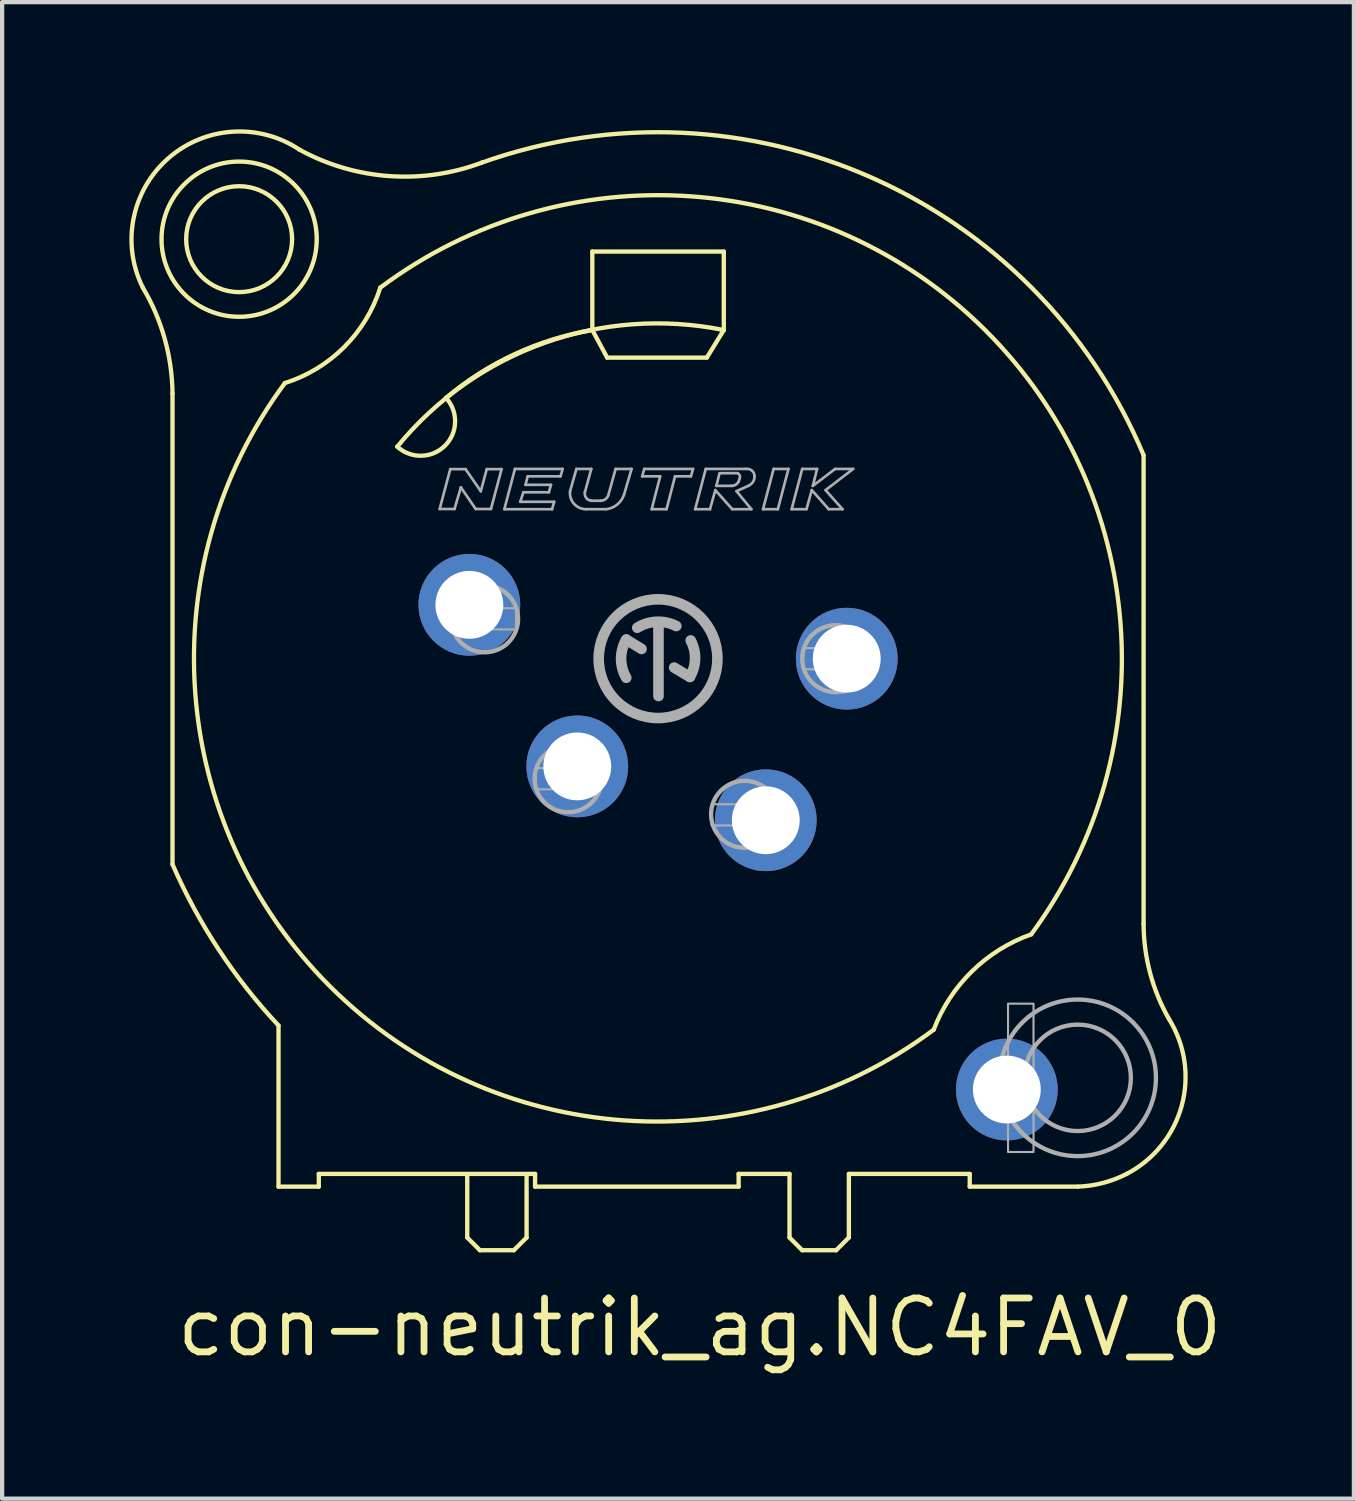
<source format=kicad_pcb>
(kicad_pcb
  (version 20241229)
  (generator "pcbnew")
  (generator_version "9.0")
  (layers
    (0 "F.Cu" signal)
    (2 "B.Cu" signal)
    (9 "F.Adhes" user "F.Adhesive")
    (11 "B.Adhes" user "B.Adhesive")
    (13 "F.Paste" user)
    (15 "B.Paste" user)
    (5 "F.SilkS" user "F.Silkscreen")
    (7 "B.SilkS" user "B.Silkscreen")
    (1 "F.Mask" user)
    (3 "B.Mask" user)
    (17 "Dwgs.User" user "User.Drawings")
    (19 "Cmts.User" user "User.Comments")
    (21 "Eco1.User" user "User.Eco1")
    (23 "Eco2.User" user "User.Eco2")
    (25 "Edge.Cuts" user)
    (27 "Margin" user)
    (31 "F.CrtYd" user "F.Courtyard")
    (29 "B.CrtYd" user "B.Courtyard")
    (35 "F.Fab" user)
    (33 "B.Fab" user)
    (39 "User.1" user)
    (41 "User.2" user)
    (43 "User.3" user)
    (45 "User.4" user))
  (footprint "con-neutrik_ag.NC4FAV_0"
    (layer "F.Cu")
    (at 12.468 12.483)
    (property "Reference" "con-neutrik_ag.NC4FAV_0" (at -11.43 16.51 0) (layer "F.SilkS") (effects (font (size 1.27 1.27) (thickness 0.16)) (justify left bottom)))
    (attr through_hole)
    (fp_line (start -11.45 -6.25) (end -11.45 4.85) (stroke (width 0.102) (type default)) (layer "F.SilkS"))
    (fp_line (start -8.95 8.65) (end -8.95 12.45) (stroke (width 0.102) (type default)) (layer "F.SilkS"))
    (fp_line (start -8.95 12.45) (end -8 12.45) (stroke (width 0.102) (type default)) (layer "F.SilkS"))
    (fp_line (start -8 12.15) (end -2.9 12.15) (stroke (width 0.102) (type default)) (layer "F.SilkS"))
    (fp_line (start -8 12.45) (end -8 12.15) (stroke (width 0.102) (type default)) (layer "F.SilkS"))
    (fp_line (start -4.5 12.2) (end -4.5 13.65) (stroke (width 0.102) (type default)) (layer "F.SilkS"))
    (fp_line (start -4.5 13.65) (end -4.2 13.95) (stroke (width 0.102) (type default)) (layer "F.SilkS"))
    (fp_line (start -4.2 13.95) (end -3.4 13.95) (stroke (width 0.102) (type default)) (layer "F.SilkS"))
    (fp_line (start -3.4 13.95) (end -3.1 13.65) (stroke (width 0.102) (type default)) (layer "F.SilkS"))
    (fp_line (start -3.1 13.65) (end -3.1 12.2) (stroke (width 0.102) (type default)) (layer "F.SilkS"))
    (fp_line (start -2.9 12.15) (end -2.9 12.45) (stroke (width 0.102) (type default)) (layer "F.SilkS"))
    (fp_line (start -2.9 12.45) (end 1.9 12.45) (stroke (width 0.102) (type default)) (layer "F.SilkS"))
    (fp_line (start -1.55 -9.6) (end -1.55 -7.75) (stroke (width 0.102) (type default)) (layer "F.SilkS"))
    (fp_line (start -1.55 -7.75) (end -1.2 -7.1) (stroke (width 0.102) (type default)) (layer "F.SilkS"))
    (fp_line (start -1.2 -7.1) (end 1.15 -7.1) (stroke (width 0.102) (type default)) (layer "F.SilkS"))
    (fp_line (start 1.15 -7.1) (end 1.55 -7.75) (stroke (width 0.102) (type default)) (layer "F.SilkS"))
    (fp_line (start 1.55 -9.6) (end -1.55 -9.6) (stroke (width 0.102) (type default)) (layer "F.SilkS"))
    (fp_line (start 1.55 -7.75) (end 1.55 -9.6) (stroke (width 0.102) (type default)) (layer "F.SilkS"))
    (fp_line (start 1.9 12.15) (end 3.1 12.15) (stroke (width 0.102) (type default)) (layer "F.SilkS"))
    (fp_line (start 1.9 12.45) (end 1.9 12.15) (stroke (width 0.102) (type default)) (layer "F.SilkS"))
    (fp_line (start 3.1 12.15) (end 3.1 13.65) (stroke (width 0.102) (type default)) (layer "F.SilkS"))
    (fp_line (start 3.1 13.65) (end 3.4 13.95) (stroke (width 0.102) (type default)) (layer "F.SilkS"))
    (fp_line (start 3.4 13.95) (end 4.2 13.95) (stroke (width 0.102) (type default)) (layer "F.SilkS"))
    (fp_line (start 4.2 13.95) (end 4.5 13.65) (stroke (width 0.102) (type default)) (layer "F.SilkS"))
    (fp_line (start 4.5 12.15) (end 7.35 12.15) (stroke (width 0.102) (type default)) (layer "F.SilkS"))
    (fp_line (start 4.5 13.65) (end 4.5 12.15) (stroke (width 0.102) (type default)) (layer "F.SilkS"))
    (fp_line (start 7.35 12.15) (end 7.35 12.45) (stroke (width 0.102) (type default)) (layer "F.SilkS"))
    (fp_line (start 7.35 12.45) (end 9.9 12.45) (stroke (width 0.102) (type default)) (layer "F.SilkS"))
    (fp_line (start 11.45 6.25) (end 11.45 -4.8) (stroke (width 0.102) (type default)) (layer "F.SilkS"))
    (fp_arc (start -12.15 -8.75) (mid -11.634641 -7.5463) (end -11.45 -6.25) (stroke (width 0.1016) (type default)) (layer "F.SilkS"))
    (fp_arc (start -12.15 -8.75) (mid -11.550628 -11.798792) (end -8.45 -12) (stroke (width 0.1016) (type default)) (layer "F.SilkS"))
    (fp_arc (start -8.95 8.65) (mid -10.362445 6.856872) (end -11.45 4.85) (stroke (width 0.1016) (type default)) (layer "F.SilkS"))
    (fp_arc (start -6.55 -8.75) (mid -7.399996 -7.349996) (end -8.8 -6.5) (stroke (width 0.1016) (type default)) (layer "F.SilkS"))
    (fp_arc (start -6.55 -8.75) (mid 7.709647 -7.752825) (end 8.8 6.5) (stroke (width 0.1016) (type default)) (layer "F.SilkS"))
    (fp_arc (start -6.15 -5) (mid -2.682292 -7.445416) (end 1.55 -7.75) (stroke (width 0.1016) (type default)) (layer "F.SilkS"))
    (fp_arc (start -5 -6.15) (mid -5.024457 -5.024457) (end -6.15 -5) (stroke (width 0.1016) (type default)) (layer "F.SilkS"))
    (fp_arc (start -5 -6.15) (mid -3.382475 -7.181744) (end -1.55 -7.75) (stroke (width 0.1016) (type default)) (layer "F.SilkS"))
    (fp_arc (start -4.15 -11.7) (mid -6.332776 -11.380205) (end -8.45 -12) (stroke (width 0.1016) (type default)) (layer "F.SilkS"))
    (fp_arc (start -4.15 -11.7) (mid 5.021601 -11.351011) (end 11.45 -4.8) (stroke (width 0.1016) (type default)) (layer "F.SilkS"))
    (fp_arc (start 6.5 8.75) (mid -7.733216 7.729801) (end -8.8 -6.5) (stroke (width 0.1016) (type default)) (layer "F.SilkS"))
    (fp_arc (start 6.5 8.75) (mid 7.402479 7.371978) (end 8.8 6.5) (stroke (width 0.1016) (type default)) (layer "F.SilkS"))
    (fp_arc (start 11.05 12.15) (mid 10.491533 12.363377) (end 9.9 12.45) (stroke (width 0.1016) (type default)) (layer "F.SilkS"))
    (fp_arc (start 12.05 8.5) (mid 12.348211 10.543688) (end 11.05 12.15) (stroke (width 0.1016) (type default)) (layer "F.SilkS"))
    (fp_arc (start 12.05 8.5) (mid 11.603713 7.41401) (end 11.45 6.25) (stroke (width 0.1016) (type default)) (layer "F.SilkS"))
    (fp_circle (center -9.879 -9.893) (end -8.63 -9.893) (stroke (width 0.102) (type default)) (fill no) (layer "F.SilkS"))
    (fp_circle (center -9.879 -9.893) (end -8.049 -9.893) (stroke (width 0.102) (type default)) (fill no) (layer "F.SilkS"))
    (fp_line (start -5.15 -3.53) (end -4.9 -4.47) (stroke (width 0.063) (type default)) (layer "F.Fab"))
    (fp_line (start -4.9 -4.47) (end -4.54 -4.47) (stroke (width 0.063) (type default)) (layer "F.Fab"))
    (fp_line (start -4.8 -3.53) (end -5.15 -3.53) (stroke (width 0.063) (type default)) (layer "F.Fab"))
    (fp_line (start -4.65 -4.04) (end -4.8 -3.53) (stroke (width 0.063) (type default)) (layer "F.Fab"))
    (fp_line (start -4.54 -4.47) (end -4.18 -3.95) (stroke (width 0.063) (type default)) (layer "F.Fab"))
    (fp_line (start -4.3 -3.53) (end -4.65 -4.04) (stroke (width 0.063) (type default)) (layer "F.Fab"))
    (fp_line (start -4.18 -3.95) (end -4.04 -4.47) (stroke (width 0.063) (type default)) (layer "F.Fab"))
    (fp_line (start -4.04 -4.47) (end -3.69 -4.47) (stroke (width 0.063) (type default)) (layer "F.Fab"))
    (fp_line (start -3.94 -3.53) (end -4.3 -3.53) (stroke (width 0.063) (type default)) (layer "F.Fab"))
    (fp_line (start -3.69 -4.47) (end -3.94 -3.53) (stroke (width 0.063) (type default)) (layer "F.Fab"))
    (fp_line (start -3.625 -3.525) (end -3.375 -4.475) (stroke (width 0.063) (type default)) (layer "F.Fab"))
    (fp_line (start -3.375 -4.475) (end -2.25 -4.475) (stroke (width 0.063) (type default)) (layer "F.Fab"))
    (fp_line (start -3.25 -3.7) (end -2.45 -3.7) (stroke (width 0.063) (type default)) (layer "F.Fab"))
    (fp_line (start -3.175 -3.925) (end -3.25 -3.7) (stroke (width 0.063) (type default)) (layer "F.Fab"))
    (fp_line (start -3.125 -4.1) (end -2.525 -4.1) (stroke (width 0.063) (type default)) (layer "F.Fab"))
    (fp_line (start -3.075 -4.3) (end -3.125 -4.1) (stroke (width 0.063) (type default)) (layer "F.Fab"))
    (fp_line (start -2.575 -3.925) (end -3.175 -3.925) (stroke (width 0.063) (type default)) (layer "F.Fab"))
    (fp_line (start -2.525 -4.1) (end -2.575 -3.925) (stroke (width 0.063) (type default)) (layer "F.Fab"))
    (fp_line (start -2.5 -3.525) (end -3.625 -3.525) (stroke (width 0.063) (type default)) (layer "F.Fab"))
    (fp_line (start -2.45 -3.7) (end -2.5 -3.525) (stroke (width 0.063) (type default)) (layer "F.Fab"))
    (fp_line (start -2.3 -4.3) (end -3.075 -4.3) (stroke (width 0.063) (type default)) (layer "F.Fab"))
    (fp_line (start -2.25 -4.475) (end -2.3 -4.3) (stroke (width 0.063) (type default)) (layer "F.Fab"))
    (fp_line (start -2.075 -3.95) (end -1.925 -4.475) (stroke (width 0.063) (type default)) (layer "F.Fab"))
    (fp_line (start -1.925 -4.475) (end -1.575 -4.475) (stroke (width 0.063) (type default)) (layer "F.Fab"))
    (fp_line (start -1.575 -4.475) (end -1.725 -3.925) (stroke (width 0.063) (type default)) (layer "F.Fab"))
    (fp_line (start -1.575 -3.725) (end -1.35 -3.725) (stroke (width 0.063) (type default)) (layer "F.Fab"))
    (fp_line (start -1.225 -3.525) (end -1.7 -3.525) (stroke (width 0.063) (type default)) (layer "F.Fab"))
    (fp_line (start -1.175 -3.85) (end -1 -4.475) (stroke (width 0.063) (type default)) (layer "F.Fab"))
    (fp_line (start -1 -4.475) (end -0.625 -4.475) (stroke (width 0.063) (type default)) (layer "F.Fab"))
    (fp_line (start -0.75 -0.45) (end -0.39 -0.23) (stroke (width 0.25) (type default)) (layer "F.Fab"))
    (fp_line (start -0.625 -4.475) (end -0.8 -3.875) (stroke (width 0.063) (type default)) (layer "F.Fab"))
    (fp_line (start -0.375 -4.3) (end -0.325 -4.475) (stroke (width 0.063) (type default)) (layer "F.Fab"))
    (fp_line (start -0.325 -4.475) (end 0.825 -4.475) (stroke (width 0.063) (type default)) (layer "F.Fab"))
    (fp_line (start -0.15 -3.525) (end 0.05 -4.3) (stroke (width 0.063) (type default)) (layer "F.Fab"))
    (fp_line (start 0.01 0.88) (end 0.01 -0.78) (stroke (width 0.25) (type default)) (layer "F.Fab"))
    (fp_line (start 0.05 -4.3) (end -0.375 -4.3) (stroke (width 0.063) (type default)) (layer "F.Fab"))
    (fp_line (start 0.2 -3.525) (end -0.15 -3.525) (stroke (width 0.063) (type default)) (layer "F.Fab"))
    (fp_line (start 0.38 0.21) (end 0.75 0.43) (stroke (width 0.25) (type default)) (layer "F.Fab"))
    (fp_line (start 0.4 -4.3) (end 0.2 -3.525) (stroke (width 0.063) (type default)) (layer "F.Fab"))
    (fp_line (start 0.775 -4.3) (end 0.4 -4.3) (stroke (width 0.063) (type default)) (layer "F.Fab"))
    (fp_line (start 0.825 -4.475) (end 0.775 -4.3) (stroke (width 0.063) (type default)) (layer "F.Fab"))
    (fp_line (start 0.875 -3.525) (end 1.125 -4.475) (stroke (width 0.063) (type default)) (layer "F.Fab"))
    (fp_line (start 1.125 -4.475) (end 2.075 -4.475) (stroke (width 0.063) (type default)) (layer "F.Fab"))
    (fp_line (start 1.225 -3.525) (end 0.875 -3.525) (stroke (width 0.063) (type default)) (layer "F.Fab"))
    (fp_line (start 1.35 -3.975) (end 1.225 -3.525) (stroke (width 0.063) (type default)) (layer "F.Fab"))
    (fp_line (start 1.375 -4.075) (end 1.725 -4.075) (stroke (width 0.063) (type default)) (layer "F.Fab"))
    (fp_line (start 1.45 -4.375) (end 1.375 -4.075) (stroke (width 0.063) (type default)) (layer "F.Fab"))
    (fp_line (start 1.75 -3.525) (end 1.35 -3.975) (stroke (width 0.063) (type default)) (layer "F.Fab"))
    (fp_line (start 1.85 -3.95) (end 2.2 -3.525) (stroke (width 0.063) (type default)) (layer "F.Fab"))
    (fp_line (start 1.875 -4.375) (end 1.475 -4.375) (stroke (width 0.063) (type default)) (layer "F.Fab"))
    (fp_line (start 1.9 -4.175) (end 1.925 -4.25) (stroke (width 0.063) (type default)) (layer "F.Fab"))
    (fp_line (start 2.125 -4.075) (end 1.85 -3.95) (stroke (width 0.063) (type default)) (layer "F.Fab"))
    (fp_line (start 2.2 -3.525) (end 1.75 -3.525) (stroke (width 0.063) (type default)) (layer "F.Fab"))
    (fp_line (start 2.475 -3.525) (end 2.725 -4.475) (stroke (width 0.063) (type default)) (layer "F.Fab"))
    (fp_line (start 2.725 -4.475) (end 3.075 -4.475) (stroke (width 0.063) (type default)) (layer "F.Fab"))
    (fp_line (start 2.825 -3.525) (end 2.475 -3.525) (stroke (width 0.063) (type default)) (layer "F.Fab"))
    (fp_line (start 3.075 -4.475) (end 2.825 -3.525) (stroke (width 0.063) (type default)) (layer "F.Fab"))
    (fp_line (start 3.15 -3.525) (end 3.5 -3.525) (stroke (width 0.063) (type default)) (layer "F.Fab"))
    (fp_line (start 3.4 -4.475) (end 3.15 -3.525) (stroke (width 0.063) (type default)) (layer "F.Fab"))
    (fp_line (start 3.5 -3.525) (end 3.625 -3.975) (stroke (width 0.063) (type default)) (layer "F.Fab"))
    (fp_line (start 3.625 -3.975) (end 4.025 -3.525) (stroke (width 0.063) (type default)) (layer "F.Fab"))
    (fp_line (start 3.65 -4.075) (end 3.75 -4.475) (stroke (width 0.063) (type default)) (layer "F.Fab"))
    (fp_line (start 3.75 -4.475) (end 3.4 -4.475) (stroke (width 0.063) (type default)) (layer "F.Fab"))
    (fp_line (start 3.95 -3.975) (end 4.6 -4.475) (stroke (width 0.063) (type default)) (layer "F.Fab"))
    (fp_line (start 4.025 -3.525) (end 4.35 -3.525) (stroke (width 0.063) (type default)) (layer "F.Fab"))
    (fp_line (start 4.175 -4.475) (end 3.65 -4.075) (stroke (width 0.063) (type default)) (layer "F.Fab"))
    (fp_line (start 4.35 -3.525) (end 3.95 -3.975) (stroke (width 0.063) (type default)) (layer "F.Fab"))
    (fp_line (start 4.6 -4.475) (end 4.175 -4.475) (stroke (width 0.063) (type default)) (layer "F.Fab"))
    (fp_rect (start -4.85 -0.69) (end -3.35 -1.19) (stroke (width 0.05) (type default)) (fill no) (layer "F.Fab"))
    (fp_rect (start -2.88 3.08) (end -1.36 2.58) (stroke (width 0.05) (type default)) (fill no) (layer "F.Fab"))
    (fp_rect (start 1.266 3.933) (end 2.796 3.433) (stroke (width 0.05) (type default)) (fill no) (layer "F.Fab"))
    (fp_rect (start 3.42 0.25) (end 4.95 -0.25) (stroke (width 0.05) (type default)) (fill no) (layer "F.Fab"))
    (fp_rect (start 8.253 11.633) (end 8.854 8.135) (stroke (width 0.05) (type default)) (fill no) (layer "F.Fab"))
    (fp_arc (start -1.7 -3.525) (mid -1.982521 -3.653658) (end -2.075 -3.95) (stroke (width 0.0634) (type default)) (layer "F.Fab"))
    (fp_arc (start -1.575 -3.725) (mid -1.69424 -3.79182) (end -1.725 -3.925) (stroke (width 0.0634) (type default)) (layer "F.Fab"))
    (fp_arc (start -1.175 -3.85) (mid -1.243092 -3.760328) (end -1.35 -3.725) (stroke (width 0.0634) (type default)) (layer "F.Fab"))
    (fp_arc (start -0.8 -3.875) (mid -0.960326 -3.636645) (end -1.225 -3.525) (stroke (width 0.0634) (type default)) (layer "F.Fab"))
    (fp_arc (start -0.75 0.45) (mid -0.871403 0) (end -0.75 -0.45) (stroke (width 0.25) (type default)) (layer "F.Fab"))
    (fp_arc (start -0.49 -0.73) (mid -0.03525 -0.870739) (end 0.43 -0.77) (stroke (width 0.25) (type default)) (layer "F.Fab"))
    (fp_arc (start 0.77 -0.43) (mid 0.873225 0.002633) (end 0.75 0.43) (stroke (width 0.25) (type default)) (layer "F.Fab"))
    (fp_arc (start 1.875 -4.375) (mid 1.925888 -4.322855) (end 1.925 -4.25) (stroke (width 0.0634) (type default)) (layer "F.Fab"))
    (fp_arc (start 1.9 -4.175) (mid 1.82636 -4.100745) (end 1.725 -4.075) (stroke (width 0.0634) (type default)) (layer "F.Fab"))
    (fp_arc (start 2.075 -4.475) (mid 2.215618 -4.433921) (end 2.275 -4.3) (stroke (width 0.0634) (type default)) (layer "F.Fab"))
    (fp_arc (start 2.275 -4.3) (mid 2.235142 -4.164072) (end 2.125 -4.075) (stroke (width 0.0634) (type default)) (layer "F.Fab"))
    (fp_circle (center -4.09 -0.94) (end -3.3 -0.94) (stroke (width 0.102) (type default)) (fill no) (layer "F.Fab"))
    (fp_circle (center -2.12 2.83) (end -1.33 2.83) (stroke (width 0.102) (type default)) (fill no) (layer "F.Fab"))
    (fp_circle (center 0 0) (end 1.4 0) (stroke (width 0.25) (type default)) (fill no) (layer "F.Fab"))
    (fp_circle (center 2.04 3.67) (end 2.83 3.67) (stroke (width 0.102) (type default)) (fill no) (layer "F.Fab"))
    (fp_circle (center 4.19 0) (end 4.98 0) (stroke (width 0.102) (type default)) (fill no) (layer "F.Fab"))
    (fp_circle (center 9.895 9.884) (end 11.15 9.884) (stroke (width 0.102) (type default)) (fill no) (layer "F.Fab"))
    (fp_circle (center 9.895 9.884) (end 11.741 9.884) (stroke (width 0.102) (type default)) (fill no) (layer "F.Fab"))
    (pad "1" thru_hole circle (at 4.45 0) (size 2.4 2.4) (drill 1.6) (layers "*.Cu" "*.Mask"))
    (pad "2" thru_hole circle (at 2.54 3.81) (size 2.4 2.4) (drill 1.6) (layers "*.Cu" "*.Mask"))
    (pad "3" thru_hole circle (at -1.905 2.54) (size 2.4 2.4) (drill 1.6) (layers "*.Cu" "*.Mask"))
    (pad "4" thru_hole circle (at -4.45 -1.27) (size 2.4 2.4) (drill 1.6) (layers "*.Cu" "*.Mask"))
    (pad "G" thru_hole circle (at 8.225 10.16) (size 2.4 2.4) (drill 1.6) (layers "*.Cu" "*.Mask")))
  (gr_rect
    (start -3 -3)
    (end 28.877 32.291)
    (stroke (width 0.1) (type default))
    (fill no)
    (layer "Edge.Cuts")))
</source>
